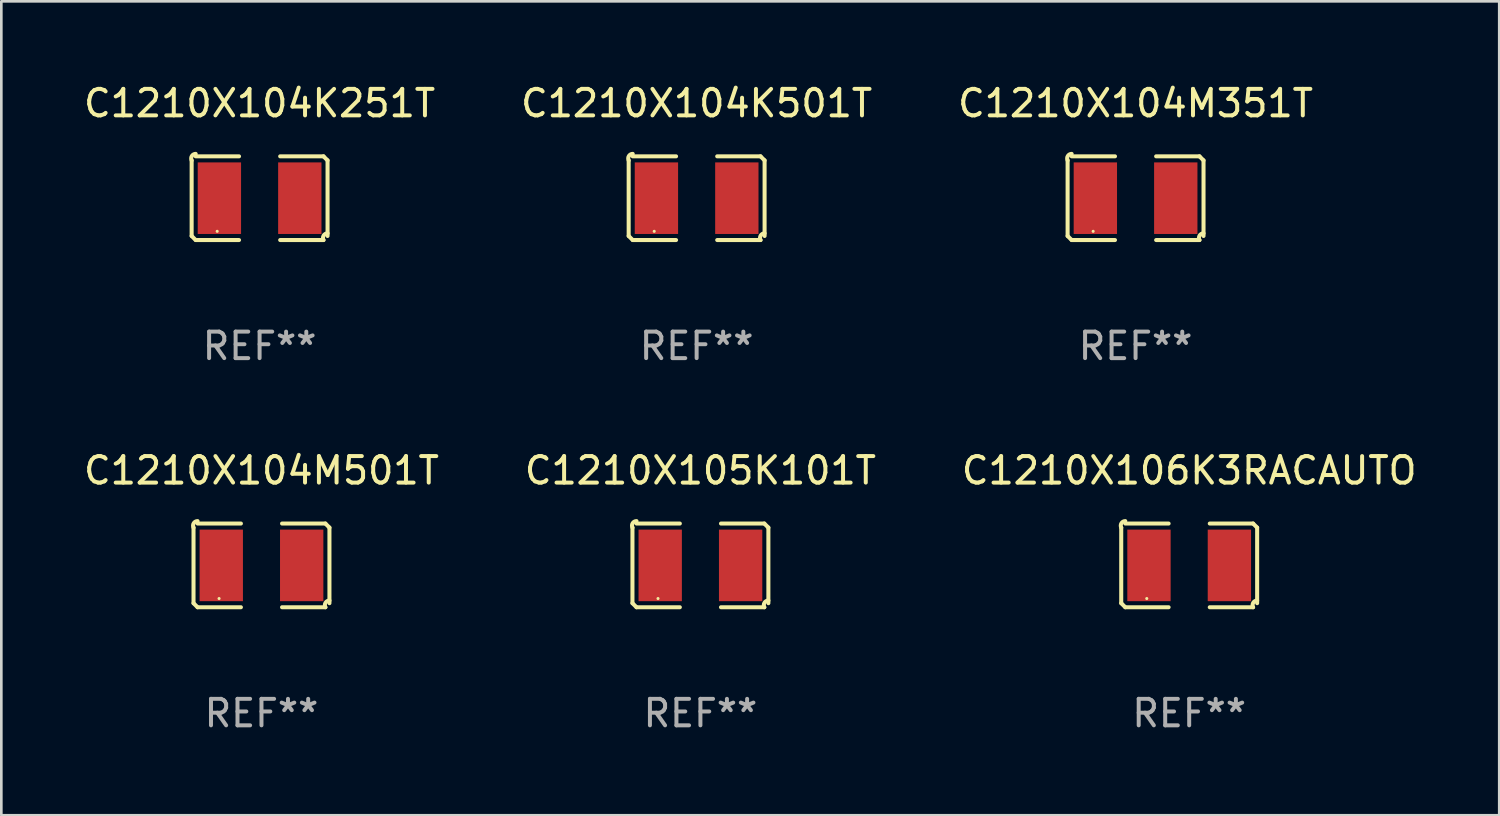
<source format=kicad_pcb>
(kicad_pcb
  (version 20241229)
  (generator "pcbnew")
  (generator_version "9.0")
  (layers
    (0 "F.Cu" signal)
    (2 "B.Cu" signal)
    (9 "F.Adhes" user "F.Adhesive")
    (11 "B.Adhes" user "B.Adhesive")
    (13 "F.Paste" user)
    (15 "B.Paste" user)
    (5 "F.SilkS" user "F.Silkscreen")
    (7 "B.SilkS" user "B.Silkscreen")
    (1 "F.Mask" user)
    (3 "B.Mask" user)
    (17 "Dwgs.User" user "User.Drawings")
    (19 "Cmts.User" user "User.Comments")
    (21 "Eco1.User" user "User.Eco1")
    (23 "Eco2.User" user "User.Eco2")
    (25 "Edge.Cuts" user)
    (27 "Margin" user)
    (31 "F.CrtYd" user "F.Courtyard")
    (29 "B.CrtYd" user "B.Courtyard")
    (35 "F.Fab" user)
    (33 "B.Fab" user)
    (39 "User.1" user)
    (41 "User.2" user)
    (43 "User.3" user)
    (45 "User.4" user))
  (footprint "C1210X104K251T"
    (layer "F.Cu")
    (at 6.744 4.427)
    (property "Reference" "C1210X104K251T" (at 0 -3.579 0) (layer "F.SilkS") (effects (font (size 1 1) (thickness 0.15))))
    (attr through_hole)
    (fp_line (start -2.564 1.426) (end -2.564 -1.426) (stroke (width 0.152) (type solid)) (layer "F.SilkS"))
    (fp_line (start -2.411 -1.579) (end -0.776 -1.579) (stroke (width 0.152) (type solid)) (layer "F.SilkS"))
    (fp_line (start -0.776 1.579) (end -2.411 1.579) (stroke (width 0.152) (type solid)) (layer "F.SilkS"))
    (fp_line (start 0.776 1.579) (end 2.411 1.579) (stroke (width 0.152) (type solid)) (layer "F.SilkS"))
    (fp_line (start 2.411 -1.579) (end 0.776 -1.579) (stroke (width 0.152) (type solid)) (layer "F.SilkS"))
    (fp_line (start 2.564 1.426) (end 2.564 -1.426) (stroke (width 0.152) (type solid)) (layer "F.SilkS"))
    (fp_arc (start -2.563602 -1.426213) (mid -2.555597 -1.591233) (end -2.411201 -1.671518) (stroke (width 0.1524) (type solid)) (layer "F.SilkS"))
    (fp_arc (start -2.5636 1.426214) (mid -2.487389 1.502402) (end -2.411201 1.578613) (stroke (width 0.1524) (type solid)) (layer "F.SilkS"))
    (fp_arc (start 2.411197 -1.578618) (mid 2.487403 -1.502419) (end 2.563602 -1.426213) (stroke (width 0.1524) (type solid)) (layer "F.SilkS"))
    (fp_arc (start 2.411201 1.578613) (mid 2.416214 1.409455) (end 2.563602 1.32629) (stroke (width 0.1524) (type solid)) (layer "F.SilkS"))
    (fp_circle (center -1.6 1.25) (end -1.57 1.25) (stroke (width 0.06) (type solid)) (fill no) (layer "F.SilkS"))
    (fp_text user "REF**" (at 0 5.579 0) (layer "F.Fab") (effects (font (size 1 1) (thickness 0.15))))
    (pad "1" smd rect (at -1.517 0) (size 1.635 2.7) (layers "F.Cu" "F.Mask" "F.Paste"))
    (pad "2" smd rect (at 1.517 0) (size 1.635 2.7) (layers "F.Cu" "F.Mask" "F.Paste")))
  (footprint "C1210X106K3RACAUTO"
    (layer "F.Cu")
    (at 41.815 18.281)
    (property "Reference" "C1210X106K3RACAUTO" (at 0 -3.579 0) (layer "F.SilkS") (effects (font (size 1 1) (thickness 0.15))))
    (attr through_hole)
    (fp_line (start -2.564 1.426) (end -2.564 -1.426) (stroke (width 0.152) (type solid)) (layer "F.SilkS"))
    (fp_line (start -2.411 -1.579) (end -0.776 -1.579) (stroke (width 0.152) (type solid)) (layer "F.SilkS"))
    (fp_line (start -0.776 1.579) (end -2.411 1.579) (stroke (width 0.152) (type solid)) (layer "F.SilkS"))
    (fp_line (start 0.776 1.579) (end 2.411 1.579) (stroke (width 0.152) (type solid)) (layer "F.SilkS"))
    (fp_line (start 2.411 -1.579) (end 0.776 -1.579) (stroke (width 0.152) (type solid)) (layer "F.SilkS"))
    (fp_line (start 2.564 1.426) (end 2.564 -1.426) (stroke (width 0.152) (type solid)) (layer "F.SilkS"))
    (fp_arc (start -2.563602 -1.426213) (mid -2.555597 -1.591233) (end -2.411201 -1.671518) (stroke (width 0.1524) (type solid)) (layer "F.SilkS"))
    (fp_arc (start -2.5636 1.426214) (mid -2.487389 1.502402) (end -2.411201 1.578613) (stroke (width 0.1524) (type solid)) (layer "F.SilkS"))
    (fp_arc (start 2.411197 -1.578618) (mid 2.487403 -1.502419) (end 2.563602 -1.426213) (stroke (width 0.1524) (type solid)) (layer "F.SilkS"))
    (fp_arc (start 2.411201 1.578613) (mid 2.416214 1.409455) (end 2.563602 1.32629) (stroke (width 0.1524) (type solid)) (layer "F.SilkS"))
    (fp_circle (center -1.6 1.25) (end -1.57 1.25) (stroke (width 0.06) (type solid)) (fill no) (layer "F.SilkS"))
    (fp_text user "REF**" (at 0 5.579 0) (layer "F.Fab") (effects (font (size 1 1) (thickness 0.15))))
    (pad "1" smd rect (at -1.517 0) (size 1.635 2.7) (layers "F.Cu" "F.Mask" "F.Paste"))
    (pad "2" smd rect (at 1.517 0) (size 1.635 2.7) (layers "F.Cu" "F.Mask" "F.Paste")))
  (footprint "C1210X104K501T"
    (layer "F.Cu")
    (at 23.232 4.427)
    (property "Reference" "C1210X104K501T" (at 0 -3.579 0) (layer "F.SilkS") (effects (font (size 1 1) (thickness 0.15))))
    (attr through_hole)
    (fp_line (start -2.564 1.426) (end -2.564 -1.426) (stroke (width 0.152) (type solid)) (layer "F.SilkS"))
    (fp_line (start -2.411 -1.579) (end -0.776 -1.579) (stroke (width 0.152) (type solid)) (layer "F.SilkS"))
    (fp_line (start -0.776 1.579) (end -2.411 1.579) (stroke (width 0.152) (type solid)) (layer "F.SilkS"))
    (fp_line (start 0.776 1.579) (end 2.411 1.579) (stroke (width 0.152) (type solid)) (layer "F.SilkS"))
    (fp_line (start 2.411 -1.579) (end 0.776 -1.579) (stroke (width 0.152) (type solid)) (layer "F.SilkS"))
    (fp_line (start 2.564 1.426) (end 2.564 -1.426) (stroke (width 0.152) (type solid)) (layer "F.SilkS"))
    (fp_arc (start -2.563602 -1.426213) (mid -2.555597 -1.591233) (end -2.411201 -1.671518) (stroke (width 0.1524) (type solid)) (layer "F.SilkS"))
    (fp_arc (start -2.5636 1.426214) (mid -2.487389 1.502402) (end -2.411201 1.578613) (stroke (width 0.1524) (type solid)) (layer "F.SilkS"))
    (fp_arc (start 2.411197 -1.578618) (mid 2.487403 -1.502419) (end 2.563602 -1.426213) (stroke (width 0.1524) (type solid)) (layer "F.SilkS"))
    (fp_arc (start 2.411201 1.578613) (mid 2.416214 1.409455) (end 2.563602 1.32629) (stroke (width 0.1524) (type solid)) (layer "F.SilkS"))
    (fp_circle (center -1.6 1.25) (end -1.57 1.25) (stroke (width 0.06) (type solid)) (fill no) (layer "F.SilkS"))
    (fp_text user "REF**" (at 0 5.579 0) (layer "F.Fab") (effects (font (size 1 1) (thickness 0.15))))
    (pad "1" smd rect (at -1.517 0) (size 1.635 2.7) (layers "F.Cu" "F.Mask" "F.Paste"))
    (pad "2" smd rect (at 1.517 0) (size 1.635 2.7) (layers "F.Cu" "F.Mask" "F.Paste")))
  (footprint "C1210X104M351T"
    (layer "F.Cu")
    (at 39.792 4.427)
    (property "Reference" "C1210X104M351T" (at 0 -3.579 0) (layer "F.SilkS") (effects (font (size 1 1) (thickness 0.15))))
    (attr through_hole)
    (fp_line (start -2.564 1.426) (end -2.564 -1.426) (stroke (width 0.152) (type solid)) (layer "F.SilkS"))
    (fp_line (start -2.411 -1.579) (end -0.776 -1.579) (stroke (width 0.152) (type solid)) (layer "F.SilkS"))
    (fp_line (start -0.776 1.579) (end -2.411 1.579) (stroke (width 0.152) (type solid)) (layer "F.SilkS"))
    (fp_line (start 0.776 1.579) (end 2.411 1.579) (stroke (width 0.152) (type solid)) (layer "F.SilkS"))
    (fp_line (start 2.411 -1.579) (end 0.776 -1.579) (stroke (width 0.152) (type solid)) (layer "F.SilkS"))
    (fp_line (start 2.564 1.426) (end 2.564 -1.426) (stroke (width 0.152) (type solid)) (layer "F.SilkS"))
    (fp_arc (start -2.563602 -1.426213) (mid -2.555597 -1.591233) (end -2.411201 -1.671518) (stroke (width 0.1524) (type solid)) (layer "F.SilkS"))
    (fp_arc (start -2.5636 1.426214) (mid -2.487389 1.502402) (end -2.411201 1.578613) (stroke (width 0.1524) (type solid)) (layer "F.SilkS"))
    (fp_arc (start 2.411197 -1.578618) (mid 2.487403 -1.502419) (end 2.563602 -1.426213) (stroke (width 0.1524) (type solid)) (layer "F.SilkS"))
    (fp_arc (start 2.411201 1.578613) (mid 2.416214 1.409455) (end 2.563602 1.32629) (stroke (width 0.1524) (type solid)) (layer "F.SilkS"))
    (fp_circle (center -1.6 1.25) (end -1.57 1.25) (stroke (width 0.06) (type solid)) (fill no) (layer "F.SilkS"))
    (fp_text user "REF**" (at 0 5.579 0) (layer "F.Fab") (effects (font (size 1 1) (thickness 0.15))))
    (pad "1" smd rect (at -1.517 0) (size 1.635 2.7) (layers "F.Cu" "F.Mask" "F.Paste"))
    (pad "2" smd rect (at 1.517 0) (size 1.635 2.7) (layers "F.Cu" "F.Mask" "F.Paste")))
  (footprint "C1210X104M501T"
    (layer "F.Cu")
    (at 6.815 18.281)
    (property "Reference" "C1210X104M501T" (at 0 -3.579 0) (layer "F.SilkS") (effects (font (size 1 1) (thickness 0.15))))
    (attr through_hole)
    (fp_line (start -2.564 1.426) (end -2.564 -1.426) (stroke (width 0.152) (type solid)) (layer "F.SilkS"))
    (fp_line (start -2.411 -1.579) (end -0.776 -1.579) (stroke (width 0.152) (type solid)) (layer "F.SilkS"))
    (fp_line (start -0.776 1.579) (end -2.411 1.579) (stroke (width 0.152) (type solid)) (layer "F.SilkS"))
    (fp_line (start 0.776 1.579) (end 2.411 1.579) (stroke (width 0.152) (type solid)) (layer "F.SilkS"))
    (fp_line (start 2.411 -1.579) (end 0.776 -1.579) (stroke (width 0.152) (type solid)) (layer "F.SilkS"))
    (fp_line (start 2.564 1.426) (end 2.564 -1.426) (stroke (width 0.152) (type solid)) (layer "F.SilkS"))
    (fp_arc (start -2.563602 -1.426213) (mid -2.555597 -1.591233) (end -2.411201 -1.671518) (stroke (width 0.1524) (type solid)) (layer "F.SilkS"))
    (fp_arc (start -2.5636 1.426214) (mid -2.487389 1.502402) (end -2.411201 1.578613) (stroke (width 0.1524) (type solid)) (layer "F.SilkS"))
    (fp_arc (start 2.411197 -1.578618) (mid 2.487403 -1.502419) (end 2.563602 -1.426213) (stroke (width 0.1524) (type solid)) (layer "F.SilkS"))
    (fp_arc (start 2.411201 1.578613) (mid 2.416214 1.409455) (end 2.563602 1.32629) (stroke (width 0.1524) (type solid)) (layer "F.SilkS"))
    (fp_circle (center -1.6 1.25) (end -1.57 1.25) (stroke (width 0.06) (type solid)) (fill no) (layer "F.SilkS"))
    (fp_text user "REF**" (at 0 5.579 0) (layer "F.Fab") (effects (font (size 1 1) (thickness 0.15))))
    (pad "1" smd rect (at -1.517 0) (size 1.635 2.7) (layers "F.Cu" "F.Mask" "F.Paste"))
    (pad "2" smd rect (at 1.517 0) (size 1.635 2.7) (layers "F.Cu" "F.Mask" "F.Paste")))
  (footprint "C1210X105K101T"
    (layer "F.Cu")
    (at 23.375 18.281)
    (property "Reference" "C1210X105K101T" (at 0 -3.579 0) (layer "F.SilkS") (effects (font (size 1 1) (thickness 0.15))))
    (attr through_hole)
    (fp_line (start -2.564 1.426) (end -2.564 -1.426) (stroke (width 0.152) (type solid)) (layer "F.SilkS"))
    (fp_line (start -2.411 -1.579) (end -0.776 -1.579) (stroke (width 0.152) (type solid)) (layer "F.SilkS"))
    (fp_line (start -0.776 1.579) (end -2.411 1.579) (stroke (width 0.152) (type solid)) (layer "F.SilkS"))
    (fp_line (start 0.776 1.579) (end 2.411 1.579) (stroke (width 0.152) (type solid)) (layer "F.SilkS"))
    (fp_line (start 2.411 -1.579) (end 0.776 -1.579) (stroke (width 0.152) (type solid)) (layer "F.SilkS"))
    (fp_line (start 2.564 1.426) (end 2.564 -1.426) (stroke (width 0.152) (type solid)) (layer "F.SilkS"))
    (fp_arc (start -2.563602 -1.426213) (mid -2.555597 -1.591233) (end -2.411201 -1.671518) (stroke (width 0.1524) (type solid)) (layer "F.SilkS"))
    (fp_arc (start -2.5636 1.426214) (mid -2.487389 1.502402) (end -2.411201 1.578613) (stroke (width 0.1524) (type solid)) (layer "F.SilkS"))
    (fp_arc (start 2.411197 -1.578618) (mid 2.487403 -1.502419) (end 2.563602 -1.426213) (stroke (width 0.1524) (type solid)) (layer "F.SilkS"))
    (fp_arc (start 2.411201 1.578613) (mid 2.416214 1.409455) (end 2.563602 1.32629) (stroke (width 0.1524) (type solid)) (layer "F.SilkS"))
    (fp_circle (center -1.6 1.25) (end -1.57 1.25) (stroke (width 0.06) (type solid)) (fill no) (layer "F.SilkS"))
    (fp_text user "REF**" (at 0 5.579 0) (layer "F.Fab") (effects (font (size 1 1) (thickness 0.15))))
    (pad "1" smd rect (at -1.517 0) (size 1.635 2.7) (layers "F.Cu" "F.Mask" "F.Paste"))
    (pad "2" smd rect (at 1.517 0) (size 1.635 2.7) (layers "F.Cu" "F.Mask" "F.Paste")))
  (gr_rect
    (start -3 -3)
    (end 53.512 27.707)
    (stroke (width 0.1) (type default))
    (fill no)
    (layer "Edge.Cuts")))
</source>
